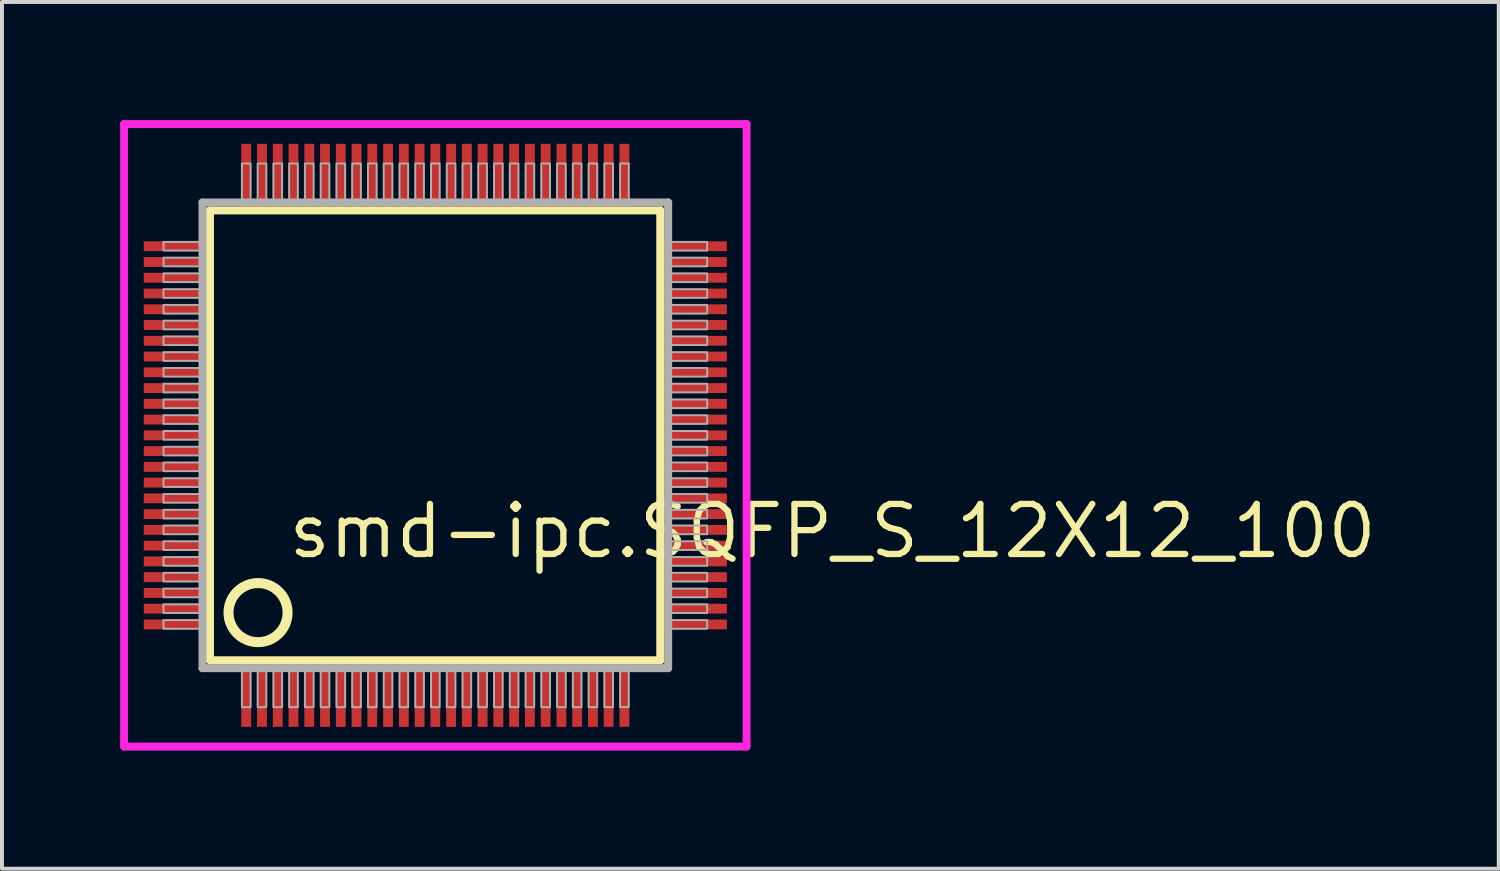
<source format=kicad_pcb>
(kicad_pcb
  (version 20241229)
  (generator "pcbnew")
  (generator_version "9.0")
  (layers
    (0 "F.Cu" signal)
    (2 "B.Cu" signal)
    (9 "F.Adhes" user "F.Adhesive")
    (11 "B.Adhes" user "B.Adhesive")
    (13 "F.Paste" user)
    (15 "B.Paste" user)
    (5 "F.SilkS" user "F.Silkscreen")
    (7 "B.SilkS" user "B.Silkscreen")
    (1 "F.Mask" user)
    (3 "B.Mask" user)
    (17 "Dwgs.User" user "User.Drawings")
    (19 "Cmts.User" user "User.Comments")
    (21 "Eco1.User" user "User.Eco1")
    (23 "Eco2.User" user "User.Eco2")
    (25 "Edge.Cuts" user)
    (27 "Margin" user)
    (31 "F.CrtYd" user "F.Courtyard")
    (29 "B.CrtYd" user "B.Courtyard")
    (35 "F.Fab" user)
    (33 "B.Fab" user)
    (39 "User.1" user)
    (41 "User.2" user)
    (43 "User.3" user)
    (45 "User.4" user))
  (footprint "smd-ipc.SQFP_S_12X12_100"
    (layer "F.Cu")
    (at 8 8)
    (property "Reference" "smd-ipc.SQFP_S_12X12_100" (at -3.81 3.175 0) (layer "F.SilkS") (effects (font (size 1.27 1.27) (thickness 0.16)) (justify left bottom)))
    (attr smd)
    (fp_line (start -5.72 -5.71) (end 5.71 -5.71) (stroke (width 0.203) (type default)) (layer "F.SilkS"))
    (fp_line (start -5.72 5.71) (end -5.72 -5.71) (stroke (width 0.203) (type default)) (layer "F.SilkS"))
    (fp_line (start 5.71 -5.71) (end 5.71 5.71) (stroke (width 0.203) (type default)) (layer "F.SilkS"))
    (fp_line (start 5.71 5.71) (end -5.72 5.71) (stroke (width 0.203) (type default)) (layer "F.SilkS"))
    (fp_circle (center -4.5 4.5) (end -3.75 4.5) (stroke (width 0.254) (type default)) (fill no) (layer "F.SilkS"))
    (fp_line (start -7.9 -7.9) (end 7.9 -7.9) (stroke (width 0.2) (type default)) (layer "F.CrtYd"))
    (fp_line (start -7.9 7.9) (end -7.9 -7.9) (stroke (width 0.2) (type default)) (layer "F.CrtYd"))
    (fp_line (start 7.9 -7.9) (end 7.9 7.9) (stroke (width 0.2) (type default)) (layer "F.CrtYd"))
    (fp_line (start 7.9 7.9) (end -7.9 7.9) (stroke (width 0.2) (type default)) (layer "F.CrtYd"))
    (fp_line (start -5.91 -5.91) (end -5.91 5.91) (stroke (width 0.203) (type default)) (layer "F.Fab"))
    (fp_line (start -5.91 5.91) (end 5.91 5.91) (stroke (width 0.203) (type default)) (layer "F.Fab"))
    (fp_line (start 5.91 -5.91) (end -5.91 -5.91) (stroke (width 0.203) (type default)) (layer "F.Fab"))
    (fp_line (start 5.91 5.91) (end 5.91 -5.91) (stroke (width 0.203) (type default)) (layer "F.Fab"))
    (fp_rect (start -6.9 -4.69) (end -5.95 -4.91) (stroke (width 0.05) (type default)) (fill no) (layer "F.Fab"))
    (fp_rect (start -6.9 -4.29) (end -5.95 -4.51) (stroke (width 0.05) (type default)) (fill no) (layer "F.Fab"))
    (fp_rect (start -6.9 -3.89) (end -5.95 -4.11) (stroke (width 0.05) (type default)) (fill no) (layer "F.Fab"))
    (fp_rect (start -6.9 -3.49) (end -5.95 -3.71) (stroke (width 0.05) (type default)) (fill no) (layer "F.Fab"))
    (fp_rect (start -6.9 -3.09) (end -5.95 -3.31) (stroke (width 0.05) (type default)) (fill no) (layer "F.Fab"))
    (fp_rect (start -6.9 -2.69) (end -5.95 -2.91) (stroke (width 0.05) (type default)) (fill no) (layer "F.Fab"))
    (fp_rect (start -6.9 -2.29) (end -5.95 -2.51) (stroke (width 0.05) (type default)) (fill no) (layer "F.Fab"))
    (fp_rect (start -6.9 -1.89) (end -5.95 -2.11) (stroke (width 0.05) (type default)) (fill no) (layer "F.Fab"))
    (fp_rect (start -6.9 -1.49) (end -5.95 -1.71) (stroke (width 0.05) (type default)) (fill no) (layer "F.Fab"))
    (fp_rect (start -6.9 -1.09) (end -5.95 -1.31) (stroke (width 0.05) (type default)) (fill no) (layer "F.Fab"))
    (fp_rect (start -6.9 -0.69) (end -5.95 -0.91) (stroke (width 0.05) (type default)) (fill no) (layer "F.Fab"))
    (fp_rect (start -6.9 -0.29) (end -5.95 -0.51) (stroke (width 0.05) (type default)) (fill no) (layer "F.Fab"))
    (fp_rect (start -6.9 0.11) (end -5.95 -0.11) (stroke (width 0.05) (type default)) (fill no) (layer "F.Fab"))
    (fp_rect (start -6.9 0.51) (end -5.95 0.29) (stroke (width 0.05) (type default)) (fill no) (layer "F.Fab"))
    (fp_rect (start -6.9 0.91) (end -5.95 0.69) (stroke (width 0.05) (type default)) (fill no) (layer "F.Fab"))
    (fp_rect (start -6.9 1.31) (end -5.95 1.09) (stroke (width 0.05) (type default)) (fill no) (layer "F.Fab"))
    (fp_rect (start -6.9 1.71) (end -5.95 1.49) (stroke (width 0.05) (type default)) (fill no) (layer "F.Fab"))
    (fp_rect (start -6.9 2.11) (end -5.95 1.89) (stroke (width 0.05) (type default)) (fill no) (layer "F.Fab"))
    (fp_rect (start -6.9 2.51) (end -5.95 2.29) (stroke (width 0.05) (type default)) (fill no) (layer "F.Fab"))
    (fp_rect (start -6.9 2.91) (end -5.95 2.69) (stroke (width 0.05) (type default)) (fill no) (layer "F.Fab"))
    (fp_rect (start -6.9 3.31) (end -5.95 3.09) (stroke (width 0.05) (type default)) (fill no) (layer "F.Fab"))
    (fp_rect (start -6.9 3.71) (end -5.95 3.49) (stroke (width 0.05) (type default)) (fill no) (layer "F.Fab"))
    (fp_rect (start -6.9 4.11) (end -5.95 3.89) (stroke (width 0.05) (type default)) (fill no) (layer "F.Fab"))
    (fp_rect (start -6.9 4.51) (end -5.95 4.29) (stroke (width 0.05) (type default)) (fill no) (layer "F.Fab"))
    (fp_rect (start -6.9 4.91) (end -5.95 4.69) (stroke (width 0.05) (type default)) (fill no) (layer "F.Fab"))
    (fp_rect (start -4.91 -5.95) (end -4.69 -6.9) (stroke (width 0.05) (type default)) (fill no) (layer "F.Fab"))
    (fp_rect (start -4.91 6.9) (end -4.69 5.95) (stroke (width 0.05) (type default)) (fill no) (layer "F.Fab"))
    (fp_rect (start -4.51 -5.95) (end -4.29 -6.9) (stroke (width 0.05) (type default)) (fill no) (layer "F.Fab"))
    (fp_rect (start -4.51 6.9) (end -4.29 5.95) (stroke (width 0.05) (type default)) (fill no) (layer "F.Fab"))
    (fp_rect (start -4.11 -5.95) (end -3.89 -6.9) (stroke (width 0.05) (type default)) (fill no) (layer "F.Fab"))
    (fp_rect (start -4.11 6.9) (end -3.89 5.95) (stroke (width 0.05) (type default)) (fill no) (layer "F.Fab"))
    (fp_rect (start -3.71 -5.95) (end -3.49 -6.9) (stroke (width 0.05) (type default)) (fill no) (layer "F.Fab"))
    (fp_rect (start -3.71 6.9) (end -3.49 5.95) (stroke (width 0.05) (type default)) (fill no) (layer "F.Fab"))
    (fp_rect (start -3.31 -5.95) (end -3.09 -6.9) (stroke (width 0.05) (type default)) (fill no) (layer "F.Fab"))
    (fp_rect (start -3.31 6.9) (end -3.09 5.95) (stroke (width 0.05) (type default)) (fill no) (layer "F.Fab"))
    (fp_rect (start -2.91 -5.95) (end -2.69 -6.9) (stroke (width 0.05) (type default)) (fill no) (layer "F.Fab"))
    (fp_rect (start -2.91 6.9) (end -2.69 5.95) (stroke (width 0.05) (type default)) (fill no) (layer "F.Fab"))
    (fp_rect (start -2.51 -5.95) (end -2.29 -6.9) (stroke (width 0.05) (type default)) (fill no) (layer "F.Fab"))
    (fp_rect (start -2.51 6.9) (end -2.29 5.95) (stroke (width 0.05) (type default)) (fill no) (layer "F.Fab"))
    (fp_rect (start -2.11 -5.95) (end -1.89 -6.9) (stroke (width 0.05) (type default)) (fill no) (layer "F.Fab"))
    (fp_rect (start -2.11 6.9) (end -1.89 5.95) (stroke (width 0.05) (type default)) (fill no) (layer "F.Fab"))
    (fp_rect (start -1.71 -5.95) (end -1.49 -6.9) (stroke (width 0.05) (type default)) (fill no) (layer "F.Fab"))
    (fp_rect (start -1.71 6.9) (end -1.49 5.95) (stroke (width 0.05) (type default)) (fill no) (layer "F.Fab"))
    (fp_rect (start -1.31 -5.95) (end -1.09 -6.9) (stroke (width 0.05) (type default)) (fill no) (layer "F.Fab"))
    (fp_rect (start -1.31 6.9) (end -1.09 5.95) (stroke (width 0.05) (type default)) (fill no) (layer "F.Fab"))
    (fp_rect (start -0.91 -5.95) (end -0.69 -6.9) (stroke (width 0.05) (type default)) (fill no) (layer "F.Fab"))
    (fp_rect (start -0.91 6.9) (end -0.69 5.95) (stroke (width 0.05) (type default)) (fill no) (layer "F.Fab"))
    (fp_rect (start -0.51 -5.95) (end -0.29 -6.9) (stroke (width 0.05) (type default)) (fill no) (layer "F.Fab"))
    (fp_rect (start -0.51 6.9) (end -0.29 5.95) (stroke (width 0.05) (type default)) (fill no) (layer "F.Fab"))
    (fp_rect (start -0.11 -5.95) (end 0.11 -6.9) (stroke (width 0.05) (type default)) (fill no) (layer "F.Fab"))
    (fp_rect (start -0.11 6.9) (end 0.11 5.95) (stroke (width 0.05) (type default)) (fill no) (layer "F.Fab"))
    (fp_rect (start 0.29 -5.95) (end 0.51 -6.9) (stroke (width 0.05) (type default)) (fill no) (layer "F.Fab"))
    (fp_rect (start 0.29 6.9) (end 0.51 5.95) (stroke (width 0.05) (type default)) (fill no) (layer "F.Fab"))
    (fp_rect (start 0.69 -5.95) (end 0.91 -6.9) (stroke (width 0.05) (type default)) (fill no) (layer "F.Fab"))
    (fp_rect (start 0.69 6.9) (end 0.91 5.95) (stroke (width 0.05) (type default)) (fill no) (layer "F.Fab"))
    (fp_rect (start 1.09 -5.95) (end 1.31 -6.9) (stroke (width 0.05) (type default)) (fill no) (layer "F.Fab"))
    (fp_rect (start 1.09 6.9) (end 1.31 5.95) (stroke (width 0.05) (type default)) (fill no) (layer "F.Fab"))
    (fp_rect (start 1.49 -5.95) (end 1.71 -6.9) (stroke (width 0.05) (type default)) (fill no) (layer "F.Fab"))
    (fp_rect (start 1.49 6.9) (end 1.71 5.95) (stroke (width 0.05) (type default)) (fill no) (layer "F.Fab"))
    (fp_rect (start 1.89 -5.95) (end 2.11 -6.9) (stroke (width 0.05) (type default)) (fill no) (layer "F.Fab"))
    (fp_rect (start 1.89 6.9) (end 2.11 5.95) (stroke (width 0.05) (type default)) (fill no) (layer "F.Fab"))
    (fp_rect (start 2.29 -5.95) (end 2.51 -6.9) (stroke (width 0.05) (type default)) (fill no) (layer "F.Fab"))
    (fp_rect (start 2.29 6.9) (end 2.51 5.95) (stroke (width 0.05) (type default)) (fill no) (layer "F.Fab"))
    (fp_rect (start 2.69 -5.95) (end 2.91 -6.9) (stroke (width 0.05) (type default)) (fill no) (layer "F.Fab"))
    (fp_rect (start 2.69 6.9) (end 2.91 5.95) (stroke (width 0.05) (type default)) (fill no) (layer "F.Fab"))
    (fp_rect (start 3.09 -5.95) (end 3.31 -6.9) (stroke (width 0.05) (type default)) (fill no) (layer "F.Fab"))
    (fp_rect (start 3.09 6.9) (end 3.31 5.95) (stroke (width 0.05) (type default)) (fill no) (layer "F.Fab"))
    (fp_rect (start 3.49 -5.95) (end 3.71 -6.9) (stroke (width 0.05) (type default)) (fill no) (layer "F.Fab"))
    (fp_rect (start 3.49 6.9) (end 3.71 5.95) (stroke (width 0.05) (type default)) (fill no) (layer "F.Fab"))
    (fp_rect (start 3.89 -5.95) (end 4.11 -6.9) (stroke (width 0.05) (type default)) (fill no) (layer "F.Fab"))
    (fp_rect (start 3.89 6.9) (end 4.11 5.95) (stroke (width 0.05) (type default)) (fill no) (layer "F.Fab"))
    (fp_rect (start 4.29 -5.95) (end 4.51 -6.9) (stroke (width 0.05) (type default)) (fill no) (layer "F.Fab"))
    (fp_rect (start 4.29 6.9) (end 4.51 5.95) (stroke (width 0.05) (type default)) (fill no) (layer "F.Fab"))
    (fp_rect (start 4.69 -5.95) (end 4.91 -6.9) (stroke (width 0.05) (type default)) (fill no) (layer "F.Fab"))
    (fp_rect (start 4.69 6.9) (end 4.91 5.95) (stroke (width 0.05) (type default)) (fill no) (layer "F.Fab"))
    (fp_rect (start 5.95 -4.69) (end 6.9 -4.91) (stroke (width 0.05) (type default)) (fill no) (layer "F.Fab"))
    (fp_rect (start 5.95 -4.29) (end 6.9 -4.51) (stroke (width 0.05) (type default)) (fill no) (layer "F.Fab"))
    (fp_rect (start 5.95 -3.89) (end 6.9 -4.11) (stroke (width 0.05) (type default)) (fill no) (layer "F.Fab"))
    (fp_rect (start 5.95 -3.49) (end 6.9 -3.71) (stroke (width 0.05) (type default)) (fill no) (layer "F.Fab"))
    (fp_rect (start 5.95 -3.09) (end 6.9 -3.31) (stroke (width 0.05) (type default)) (fill no) (layer "F.Fab"))
    (fp_rect (start 5.95 -2.69) (end 6.9 -2.91) (stroke (width 0.05) (type default)) (fill no) (layer "F.Fab"))
    (fp_rect (start 5.95 -2.29) (end 6.9 -2.51) (stroke (width 0.05) (type default)) (fill no) (layer "F.Fab"))
    (fp_rect (start 5.95 -1.89) (end 6.9 -2.11) (stroke (width 0.05) (type default)) (fill no) (layer "F.Fab"))
    (fp_rect (start 5.95 -1.49) (end 6.9 -1.71) (stroke (width 0.05) (type default)) (fill no) (layer "F.Fab"))
    (fp_rect (start 5.95 -1.09) (end 6.9 -1.31) (stroke (width 0.05) (type default)) (fill no) (layer "F.Fab"))
    (fp_rect (start 5.95 -0.69) (end 6.9 -0.91) (stroke (width 0.05) (type default)) (fill no) (layer "F.Fab"))
    (fp_rect (start 5.95 -0.29) (end 6.9 -0.51) (stroke (width 0.05) (type default)) (fill no) (layer "F.Fab"))
    (fp_rect (start 5.95 0.11) (end 6.9 -0.11) (stroke (width 0.05) (type default)) (fill no) (layer "F.Fab"))
    (fp_rect (start 5.95 0.51) (end 6.9 0.29) (stroke (width 0.05) (type default)) (fill no) (layer "F.Fab"))
    (fp_rect (start 5.95 0.91) (end 6.9 0.69) (stroke (width 0.05) (type default)) (fill no) (layer "F.Fab"))
    (fp_rect (start 5.95 1.31) (end 6.9 1.09) (stroke (width 0.05) (type default)) (fill no) (layer "F.Fab"))
    (fp_rect (start 5.95 1.71) (end 6.9 1.49) (stroke (width 0.05) (type default)) (fill no) (layer "F.Fab"))
    (fp_rect (start 5.95 2.11) (end 6.9 1.89) (stroke (width 0.05) (type default)) (fill no) (layer "F.Fab"))
    (fp_rect (start 5.95 2.51) (end 6.9 2.29) (stroke (width 0.05) (type default)) (fill no) (layer "F.Fab"))
    (fp_rect (start 5.95 2.91) (end 6.9 2.69) (stroke (width 0.05) (type default)) (fill no) (layer "F.Fab"))
    (fp_rect (start 5.95 3.31) (end 6.9 3.09) (stroke (width 0.05) (type default)) (fill no) (layer "F.Fab"))
    (fp_rect (start 5.95 3.71) (end 6.9 3.49) (stroke (width 0.05) (type default)) (fill no) (layer "F.Fab"))
    (fp_rect (start 5.95 4.11) (end 6.9 3.89) (stroke (width 0.05) (type default)) (fill no) (layer "F.Fab"))
    (fp_rect (start 5.95 4.51) (end 6.9 4.29) (stroke (width 0.05) (type default)) (fill no) (layer "F.Fab"))
    (fp_rect (start 5.95 4.91) (end 6.9 4.69) (stroke (width 0.05) (type default)) (fill no) (layer "F.Fab"))
    (pad "1" smd roundrect (at -4.8 6.6) (size 0.25 1.6) (layers "F.Cu" "F.Mask" "F.Paste") (roundrect_rratio 0.01))
    (pad "2" smd roundrect (at -4.4 6.6) (size 0.25 1.6) (layers "F.Cu" "F.Mask" "F.Paste") (roundrect_rratio 0.01))
    (pad "3" smd roundrect (at -4 6.6) (size 0.25 1.6) (layers "F.Cu" "F.Mask" "F.Paste") (roundrect_rratio 0.01))
    (pad "4" smd roundrect (at -3.6 6.6) (size 0.25 1.6) (layers "F.Cu" "F.Mask" "F.Paste") (roundrect_rratio 0.01))
    (pad "5" smd roundrect (at -3.2 6.6) (size 0.25 1.6) (layers "F.Cu" "F.Mask" "F.Paste") (roundrect_rratio 0.01))
    (pad "6" smd roundrect (at -2.8 6.6) (size 0.25 1.6) (layers "F.Cu" "F.Mask" "F.Paste") (roundrect_rratio 0.01))
    (pad "7" smd roundrect (at -2.4 6.6) (size 0.25 1.6) (layers "F.Cu" "F.Mask" "F.Paste") (roundrect_rratio 0.01))
    (pad "8" smd roundrect (at -2 6.6) (size 0.25 1.6) (layers "F.Cu" "F.Mask" "F.Paste") (roundrect_rratio 0.01))
    (pad "9" smd roundrect (at -1.6 6.6) (size 0.25 1.6) (layers "F.Cu" "F.Mask" "F.Paste") (roundrect_rratio 0.01))
    (pad "10" smd roundrect (at -1.2 6.6) (size 0.25 1.6) (layers "F.Cu" "F.Mask" "F.Paste") (roundrect_rratio 0.01))
    (pad "11" smd roundrect (at -0.8 6.6) (size 0.25 1.6) (layers "F.Cu" "F.Mask" "F.Paste") (roundrect_rratio 0.01))
    (pad "12" smd roundrect (at -0.4 6.6) (size 0.25 1.6) (layers "F.Cu" "F.Mask" "F.Paste") (roundrect_rratio 0.01))
    (pad "13" smd roundrect (at 0 6.6) (size 0.25 1.6) (layers "F.Cu" "F.Mask" "F.Paste") (roundrect_rratio 0.01))
    (pad "14" smd roundrect (at 0.4 6.6) (size 0.25 1.6) (layers "F.Cu" "F.Mask" "F.Paste") (roundrect_rratio 0.01))
    (pad "15" smd roundrect (at 0.8 6.6) (size 0.25 1.6) (layers "F.Cu" "F.Mask" "F.Paste") (roundrect_rratio 0.01))
    (pad "16" smd roundrect (at 1.2 6.6) (size 0.25 1.6) (layers "F.Cu" "F.Mask" "F.Paste") (roundrect_rratio 0.01))
    (pad "17" smd roundrect (at 1.6 6.6) (size 0.25 1.6) (layers "F.Cu" "F.Mask" "F.Paste") (roundrect_rratio 0.01))
    (pad "18" smd roundrect (at 2 6.6) (size 0.25 1.6) (layers "F.Cu" "F.Mask" "F.Paste") (roundrect_rratio 0.01))
    (pad "19" smd roundrect (at 2.4 6.6) (size 0.25 1.6) (layers "F.Cu" "F.Mask" "F.Paste") (roundrect_rratio 0.01))
    (pad "20" smd roundrect (at 2.8 6.6) (size 0.25 1.6) (layers "F.Cu" "F.Mask" "F.Paste") (roundrect_rratio 0.01))
    (pad "21" smd roundrect (at 3.2 6.6) (size 0.25 1.6) (layers "F.Cu" "F.Mask" "F.Paste") (roundrect_rratio 0.01))
    (pad "22" smd roundrect (at 3.6 6.6) (size 0.25 1.6) (layers "F.Cu" "F.Mask" "F.Paste") (roundrect_rratio 0.01))
    (pad "23" smd roundrect (at 4 6.6) (size 0.25 1.6) (layers "F.Cu" "F.Mask" "F.Paste") (roundrect_rratio 0.01))
    (pad "24" smd roundrect (at 4.4 6.6) (size 0.25 1.6) (layers "F.Cu" "F.Mask" "F.Paste") (roundrect_rratio 0.01))
    (pad "25" smd roundrect (at 4.8 6.6) (size 0.25 1.6) (layers "F.Cu" "F.Mask" "F.Paste") (roundrect_rratio 0.01))
    (pad "26" smd roundrect (at 6.6 4.8) (size 1.6 0.25) (layers "F.Cu" "F.Mask" "F.Paste") (roundrect_rratio 0.01))
    (pad "27" smd roundrect (at 6.6 4.4) (size 1.6 0.25) (layers "F.Cu" "F.Mask" "F.Paste") (roundrect_rratio 0.01))
    (pad "28" smd roundrect (at 6.6 4) (size 1.6 0.25) (layers "F.Cu" "F.Mask" "F.Paste") (roundrect_rratio 0.01))
    (pad "29" smd roundrect (at 6.6 3.6) (size 1.6 0.25) (layers "F.Cu" "F.Mask" "F.Paste") (roundrect_rratio 0.01))
    (pad "30" smd roundrect (at 6.6 3.2) (size 1.6 0.25) (layers "F.Cu" "F.Mask" "F.Paste") (roundrect_rratio 0.01))
    (pad "31" smd roundrect (at 6.6 2.8) (size 1.6 0.25) (layers "F.Cu" "F.Mask" "F.Paste") (roundrect_rratio 0.01))
    (pad "32" smd roundrect (at 6.6 2.4) (size 1.6 0.25) (layers "F.Cu" "F.Mask" "F.Paste") (roundrect_rratio 0.01))
    (pad "33" smd roundrect (at 6.6 2) (size 1.6 0.25) (layers "F.Cu" "F.Mask" "F.Paste") (roundrect_rratio 0.01))
    (pad "34" smd roundrect (at 6.6 1.6) (size 1.6 0.25) (layers "F.Cu" "F.Mask" "F.Paste") (roundrect_rratio 0.01))
    (pad "35" smd roundrect (at 6.6 1.2) (size 1.6 0.25) (layers "F.Cu" "F.Mask" "F.Paste") (roundrect_rratio 0.01))
    (pad "36" smd roundrect (at 6.6 0.8) (size 1.6 0.25) (layers "F.Cu" "F.Mask" "F.Paste") (roundrect_rratio 0.01))
    (pad "37" smd roundrect (at 6.6 0.4) (size 1.6 0.25) (layers "F.Cu" "F.Mask" "F.Paste") (roundrect_rratio 0.01))
    (pad "38" smd roundrect (at 6.6 0) (size 1.6 0.25) (layers "F.Cu" "F.Mask" "F.Paste") (roundrect_rratio 0.01))
    (pad "39" smd roundrect (at 6.6 -0.4) (size 1.6 0.25) (layers "F.Cu" "F.Mask" "F.Paste") (roundrect_rratio 0.01))
    (pad "40" smd roundrect (at 6.6 -0.8) (size 1.6 0.25) (layers "F.Cu" "F.Mask" "F.Paste") (roundrect_rratio 0.01))
    (pad "41" smd roundrect (at 6.6 -1.2) (size 1.6 0.25) (layers "F.Cu" "F.Mask" "F.Paste") (roundrect_rratio 0.01))
    (pad "42" smd roundrect (at 6.6 -1.6) (size 1.6 0.25) (layers "F.Cu" "F.Mask" "F.Paste") (roundrect_rratio 0.01))
    (pad "43" smd roundrect (at 6.6 -2) (size 1.6 0.25) (layers "F.Cu" "F.Mask" "F.Paste") (roundrect_rratio 0.01))
    (pad "44" smd roundrect (at 6.6 -2.4) (size 1.6 0.25) (layers "F.Cu" "F.Mask" "F.Paste") (roundrect_rratio 0.01))
    (pad "45" smd roundrect (at 6.6 -2.8) (size 1.6 0.25) (layers "F.Cu" "F.Mask" "F.Paste") (roundrect_rratio 0.01))
    (pad "46" smd roundrect (at 6.6 -3.2) (size 1.6 0.25) (layers "F.Cu" "F.Mask" "F.Paste") (roundrect_rratio 0.01))
    (pad "47" smd roundrect (at 6.6 -3.6) (size 1.6 0.25) (layers "F.Cu" "F.Mask" "F.Paste") (roundrect_rratio 0.01))
    (pad "48" smd roundrect (at 6.6 -4) (size 1.6 0.25) (layers "F.Cu" "F.Mask" "F.Paste") (roundrect_rratio 0.01))
    (pad "49" smd roundrect (at 6.6 -4.4) (size 1.6 0.25) (layers "F.Cu" "F.Mask" "F.Paste") (roundrect_rratio 0.01))
    (pad "50" smd roundrect (at 6.6 -4.8) (size 1.6 0.25) (layers "F.Cu" "F.Mask" "F.Paste") (roundrect_rratio 0.01))
    (pad "51" smd roundrect (at 4.8 -6.6) (size 0.25 1.6) (layers "F.Cu" "F.Mask" "F.Paste") (roundrect_rratio 0.01))
    (pad "52" smd roundrect (at 4.4 -6.6) (size 0.25 1.6) (layers "F.Cu" "F.Mask" "F.Paste") (roundrect_rratio 0.01))
    (pad "53" smd roundrect (at 4 -6.6) (size 0.25 1.6) (layers "F.Cu" "F.Mask" "F.Paste") (roundrect_rratio 0.01))
    (pad "54" smd roundrect (at 3.6 -6.6) (size 0.25 1.6) (layers "F.Cu" "F.Mask" "F.Paste") (roundrect_rratio 0.01))
    (pad "55" smd roundrect (at 3.2 -6.6) (size 0.25 1.6) (layers "F.Cu" "F.Mask" "F.Paste") (roundrect_rratio 0.01))
    (pad "56" smd roundrect (at 2.8 -6.6) (size 0.25 1.6) (layers "F.Cu" "F.Mask" "F.Paste") (roundrect_rratio 0.01))
    (pad "57" smd roundrect (at 2.4 -6.6) (size 0.25 1.6) (layers "F.Cu" "F.Mask" "F.Paste") (roundrect_rratio 0.01))
    (pad "58" smd roundrect (at 2 -6.6) (size 0.25 1.6) (layers "F.Cu" "F.Mask" "F.Paste") (roundrect_rratio 0.01))
    (pad "59" smd roundrect (at 1.6 -6.6) (size 0.25 1.6) (layers "F.Cu" "F.Mask" "F.Paste") (roundrect_rratio 0.01))
    (pad "60" smd roundrect (at 1.2 -6.6) (size 0.25 1.6) (layers "F.Cu" "F.Mask" "F.Paste") (roundrect_rratio 0.01))
    (pad "61" smd roundrect (at 0.8 -6.6) (size 0.25 1.6) (layers "F.Cu" "F.Mask" "F.Paste") (roundrect_rratio 0.01))
    (pad "62" smd roundrect (at 0.4 -6.6) (size 0.25 1.6) (layers "F.Cu" "F.Mask" "F.Paste") (roundrect_rratio 0.01))
    (pad "63" smd roundrect (at 0 -6.6) (size 0.25 1.6) (layers "F.Cu" "F.Mask" "F.Paste") (roundrect_rratio 0.01))
    (pad "64" smd roundrect (at -0.4 -6.6) (size 0.25 1.6) (layers "F.Cu" "F.Mask" "F.Paste") (roundrect_rratio 0.01))
    (pad "65" smd roundrect (at -0.8 -6.6) (size 0.25 1.6) (layers "F.Cu" "F.Mask" "F.Paste") (roundrect_rratio 0.01))
    (pad "66" smd roundrect (at -1.2 -6.6) (size 0.25 1.6) (layers "F.Cu" "F.Mask" "F.Paste") (roundrect_rratio 0.01))
    (pad "67" smd roundrect (at -1.6 -6.6) (size 0.25 1.6) (layers "F.Cu" "F.Mask" "F.Paste") (roundrect_rratio 0.01))
    (pad "68" smd roundrect (at -2 -6.6) (size 0.25 1.6) (layers "F.Cu" "F.Mask" "F.Paste") (roundrect_rratio 0.01))
    (pad "69" smd roundrect (at -2.4 -6.6) (size 0.25 1.6) (layers "F.Cu" "F.Mask" "F.Paste") (roundrect_rratio 0.01))
    (pad "70" smd roundrect (at -2.8 -6.6) (size 0.25 1.6) (layers "F.Cu" "F.Mask" "F.Paste") (roundrect_rratio 0.01))
    (pad "71" smd roundrect (at -3.2 -6.6) (size 0.25 1.6) (layers "F.Cu" "F.Mask" "F.Paste") (roundrect_rratio 0.01))
    (pad "72" smd roundrect (at -3.6 -6.6) (size 0.25 1.6) (layers "F.Cu" "F.Mask" "F.Paste") (roundrect_rratio 0.01))
    (pad "73" smd roundrect (at -4 -6.6) (size 0.25 1.6) (layers "F.Cu" "F.Mask" "F.Paste") (roundrect_rratio 0.01))
    (pad "74" smd roundrect (at -4.4 -6.6) (size 0.25 1.6) (layers "F.Cu" "F.Mask" "F.Paste") (roundrect_rratio 0.01))
    (pad "75" smd roundrect (at -4.8 -6.6) (size 0.25 1.6) (layers "F.Cu" "F.Mask" "F.Paste") (roundrect_rratio 0.01))
    (pad "76" smd roundrect (at -6.6 -4.8) (size 1.6 0.25) (layers "F.Cu" "F.Mask" "F.Paste") (roundrect_rratio 0.01))
    (pad "77" smd roundrect (at -6.6 -4.4) (size 1.6 0.25) (layers "F.Cu" "F.Mask" "F.Paste") (roundrect_rratio 0.01))
    (pad "78" smd roundrect (at -6.6 -4) (size 1.6 0.25) (layers "F.Cu" "F.Mask" "F.Paste") (roundrect_rratio 0.01))
    (pad "79" smd roundrect (at -6.6 -3.6) (size 1.6 0.25) (layers "F.Cu" "F.Mask" "F.Paste") (roundrect_rratio 0.01))
    (pad "80" smd roundrect (at -6.6 -3.2) (size 1.6 0.25) (layers "F.Cu" "F.Mask" "F.Paste") (roundrect_rratio 0.01))
    (pad "81" smd roundrect (at -6.6 -2.8) (size 1.6 0.25) (layers "F.Cu" "F.Mask" "F.Paste") (roundrect_rratio 0.01))
    (pad "82" smd roundrect (at -6.6 -2.4) (size 1.6 0.25) (layers "F.Cu" "F.Mask" "F.Paste") (roundrect_rratio 0.01))
    (pad "83" smd roundrect (at -6.6 -2) (size 1.6 0.25) (layers "F.Cu" "F.Mask" "F.Paste") (roundrect_rratio 0.01))
    (pad "84" smd roundrect (at -6.6 -1.6) (size 1.6 0.25) (layers "F.Cu" "F.Mask" "F.Paste") (roundrect_rratio 0.01))
    (pad "85" smd roundrect (at -6.6 -1.2) (size 1.6 0.25) (layers "F.Cu" "F.Mask" "F.Paste") (roundrect_rratio 0.01))
    (pad "86" smd roundrect (at -6.6 -0.8) (size 1.6 0.25) (layers "F.Cu" "F.Mask" "F.Paste") (roundrect_rratio 0.01))
    (pad "87" smd roundrect (at -6.6 -0.4) (size 1.6 0.25) (layers "F.Cu" "F.Mask" "F.Paste") (roundrect_rratio 0.01))
    (pad "88" smd roundrect (at -6.6 0) (size 1.6 0.25) (layers "F.Cu" "F.Mask" "F.Paste") (roundrect_rratio 0.01))
    (pad "89" smd roundrect (at -6.6 0.4) (size 1.6 0.25) (layers "F.Cu" "F.Mask" "F.Paste") (roundrect_rratio 0.01))
    (pad "90" smd roundrect (at -6.6 0.8) (size 1.6 0.25) (layers "F.Cu" "F.Mask" "F.Paste") (roundrect_rratio 0.01))
    (pad "91" smd roundrect (at -6.6 1.2) (size 1.6 0.25) (layers "F.Cu" "F.Mask" "F.Paste") (roundrect_rratio 0.01))
    (pad "92" smd roundrect (at -6.6 1.6) (size 1.6 0.25) (layers "F.Cu" "F.Mask" "F.Paste") (roundrect_rratio 0.01))
    (pad "93" smd roundrect (at -6.6 2) (size 1.6 0.25) (layers "F.Cu" "F.Mask" "F.Paste") (roundrect_rratio 0.01))
    (pad "94" smd roundrect (at -6.6 2.4) (size 1.6 0.25) (layers "F.Cu" "F.Mask" "F.Paste") (roundrect_rratio 0.01))
    (pad "95" smd roundrect (at -6.6 2.8) (size 1.6 0.25) (layers "F.Cu" "F.Mask" "F.Paste") (roundrect_rratio 0.01))
    (pad "96" smd roundrect (at -6.6 3.2) (size 1.6 0.25) (layers "F.Cu" "F.Mask" "F.Paste") (roundrect_rratio 0.01))
    (pad "97" smd roundrect (at -6.6 3.6) (size 1.6 0.25) (layers "F.Cu" "F.Mask" "F.Paste") (roundrect_rratio 0.01))
    (pad "98" smd roundrect (at -6.6 4) (size 1.6 0.25) (layers "F.Cu" "F.Mask" "F.Paste") (roundrect_rratio 0.01))
    (pad "99" smd roundrect (at -6.6 4.4) (size 1.6 0.25) (layers "F.Cu" "F.Mask" "F.Paste") (roundrect_rratio 0.01))
    (pad "100" smd roundrect (at -6.6 4.8) (size 1.6 0.25) (layers "F.Cu" "F.Mask" "F.Paste") (roundrect_rratio 0.01)))
  (gr_rect
    (start -3 -3)
    (end 34.993 19)
    (stroke (width 0.1) (type default))
    (fill no)
    (layer "Edge.Cuts")))
</source>
